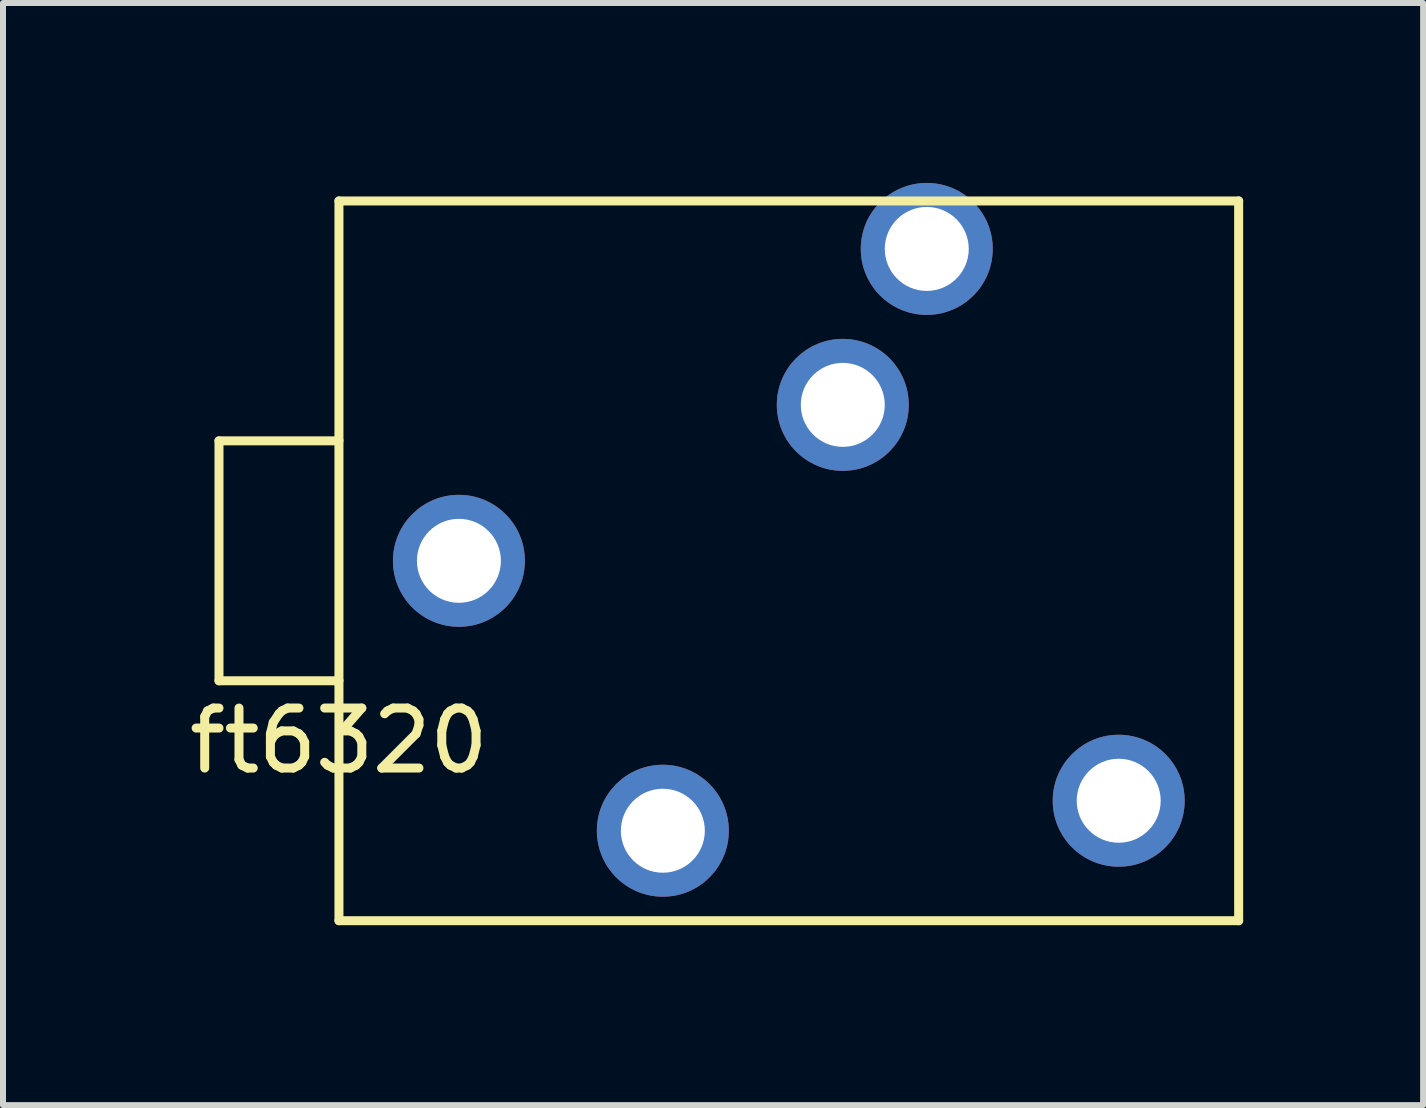
<source format=kicad_pcb>
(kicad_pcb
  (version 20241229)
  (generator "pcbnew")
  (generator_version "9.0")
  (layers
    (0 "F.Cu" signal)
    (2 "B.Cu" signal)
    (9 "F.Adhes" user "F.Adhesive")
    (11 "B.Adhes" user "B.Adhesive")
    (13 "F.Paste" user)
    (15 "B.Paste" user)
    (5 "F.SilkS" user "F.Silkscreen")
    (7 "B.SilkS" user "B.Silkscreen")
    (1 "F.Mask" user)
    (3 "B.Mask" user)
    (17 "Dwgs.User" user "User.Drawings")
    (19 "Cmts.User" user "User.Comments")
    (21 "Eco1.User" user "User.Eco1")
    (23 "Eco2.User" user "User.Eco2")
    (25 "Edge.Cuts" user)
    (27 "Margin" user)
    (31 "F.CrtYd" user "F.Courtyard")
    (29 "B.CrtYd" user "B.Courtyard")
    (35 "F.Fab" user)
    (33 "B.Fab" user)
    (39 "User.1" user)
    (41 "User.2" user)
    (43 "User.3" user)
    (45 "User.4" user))
  (footprint "ft6320"
    (layer "F.Cu")
    (at 2.601 6.3)
    (property "Reference" "ft6320" (at 0 3 0) (layer "F.SilkS") (effects (font (size 1 1) (thickness 0.15))))
    (attr through_hole)
    (fp_line (start -2 -2) (end -2 2) (stroke (width 0.15) (type solid)) (layer "F.SilkS"))
    (fp_line (start -2 2) (end 0 2) (stroke (width 0.15) (type solid)) (layer "F.SilkS"))
    (fp_line (start 0 -6) (end 15 -6) (stroke (width 0.15) (type solid)) (layer "F.SilkS"))
    (fp_line (start 0 -2) (end -2 -2) (stroke (width 0.15) (type solid)) (layer "F.SilkS"))
    (fp_line (start 0 6) (end 0 -6) (stroke (width 0.15) (type solid)) (layer "F.SilkS"))
    (fp_line (start 15 -6) (end 15 6) (stroke (width 0.15) (type solid)) (layer "F.SilkS"))
    (fp_line (start 15 6) (end 0 6) (stroke (width 0.15) (type solid)) (layer "F.SilkS"))
    (pad "G" thru_hole circle (at 2 0) (size 2.2 2.2) (drill 1.4) (layers "*.Cu" "*.Mask"))
    (pad "S1" thru_hole circle (at 5.4 4.5) (size 2.2 2.2) (drill 1.4) (layers "*.Cu" "*.Mask"))
    (pad "SN1" thru_hole circle (at 13 4) (size 2.2 2.2) (drill 1.4) (layers "*.Cu" "*.Mask"))
    (pad "T1" thru_hole circle (at 9.8 -5.2) (size 2.2 2.2) (drill 1.4) (layers "*.Cu" "*.Mask"))
    (pad "TN1" thru_hole circle (at 8.4 -2.6) (size 2.2 2.2) (drill 1.4) (layers "*.Cu" "*.Mask")))
  (gr_rect
    (start -3 -3)
    (end 20.676 15.375)
    (stroke (width 0.1) (type default))
    (fill no)
    (layer "Edge.Cuts")))
</source>
